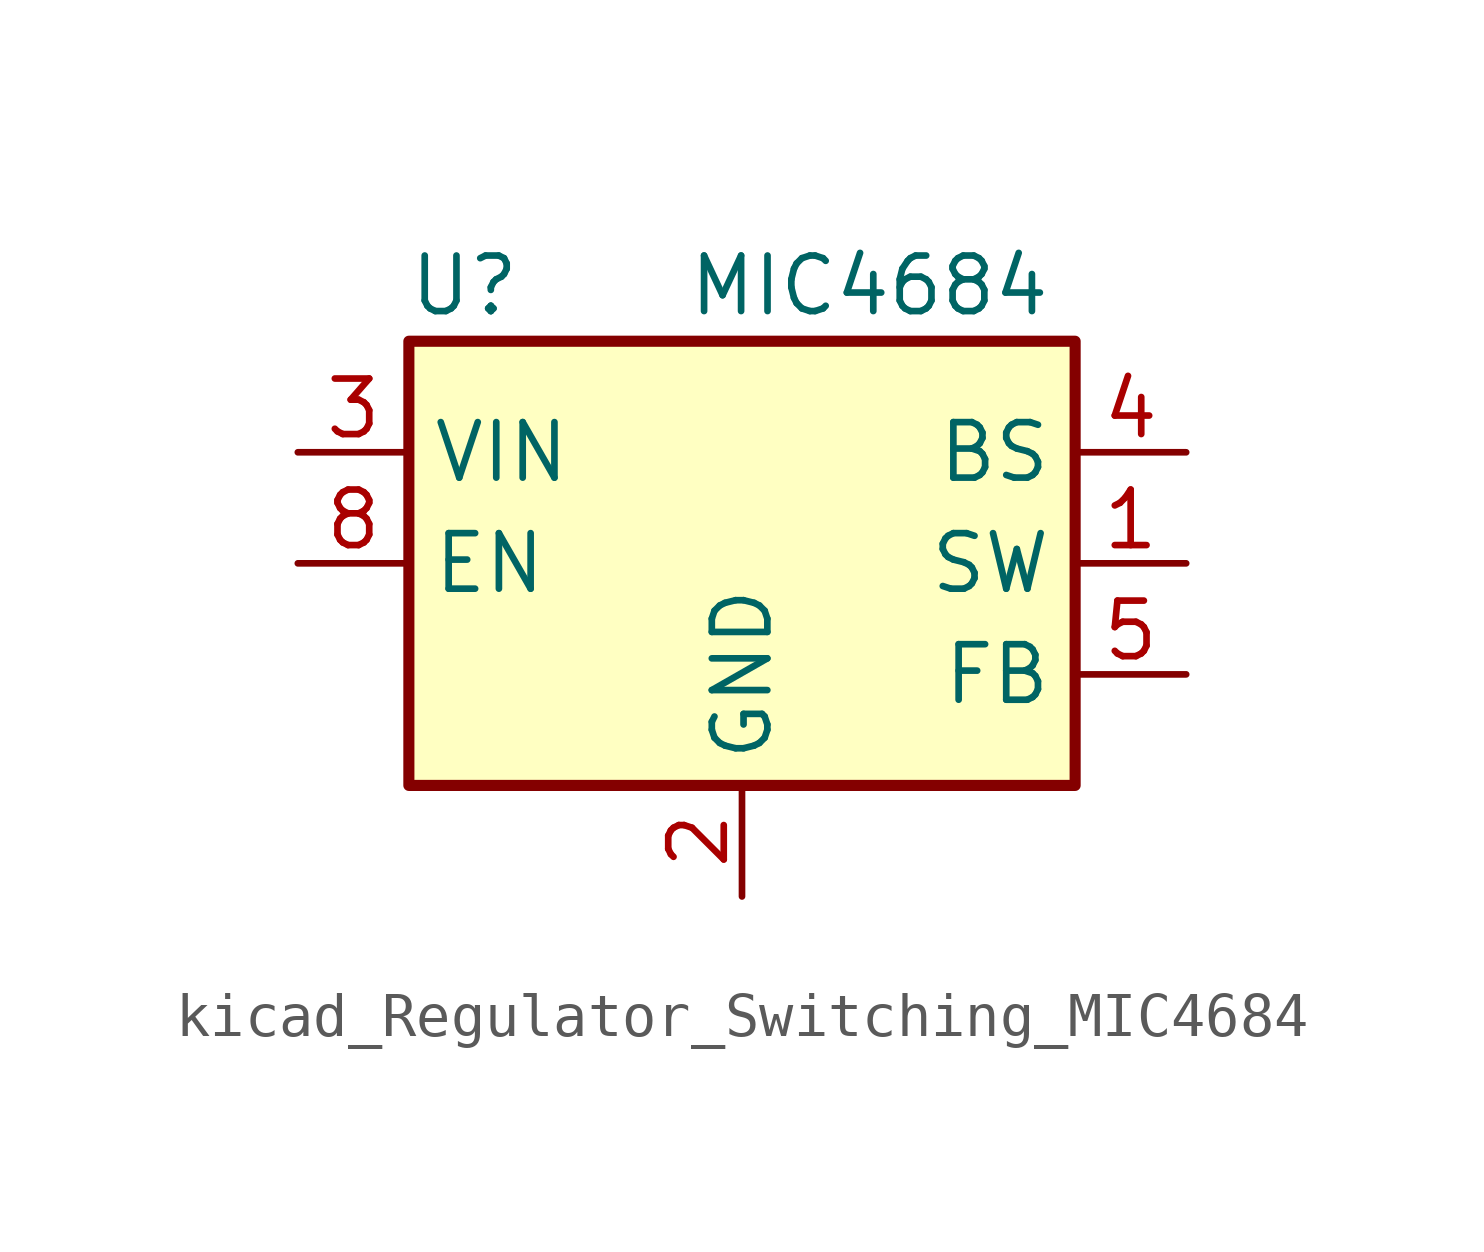
<source format=kicad_sym>
(kicad_symbol_lib
  (version 20220914)
  (generator kicad_symbol_editor)
  (symbol "kicad_Regulator_Switching_MIC4684"
    (property "Reference" "U"
      (at -6.35 6.35 0)
      (effects (font (size 1.27 1.27))))
    (property "Value" "MIC4684"
      (at -1.27 6.35 0)
      (effects (font (size 1.27 1.27)) (justify left)))
    (symbol "kicad_Regulator_Switching_MIC4684_0_1"
      (rectangle (start -7.62 5.08) (end 7.62 -5.08) (stroke (width 0.254) (type default)) (fill (type background))))
    (symbol "kicad_Regulator_Switching_MIC4684_1_1"
      (pin power_out line (at 10.16 0 180) (length 2.54) (name "SW" (effects (font (size 1.27 1.27)))) (number "1" (effects (font (size 1.27 1.27)))))
      (pin power_in line (at 0 -7.62 90) (length 2.54) (name "GND" (effects (font (size 1.27 1.27)))) (number "2" (effects (font (size 1.27 1.27)))))
      (pin power_in line (at -10.16 2.54 0) (length 2.54) (name "VIN" (effects (font (size 1.27 1.27)))) (number "3" (effects (font (size 1.27 1.27)))))
      (pin passive line (at 10.16 2.54 180) (length 2.54) (name "BS" (effects (font (size 1.27 1.27)))) (number "4" (effects (font (size 1.27 1.27)))))
      (pin input line (at 10.16 -2.54 180) (length 2.54) (name "FB" (effects (font (size 1.27 1.27)))) (number "5" (effects (font (size 1.27 1.27)))))
      (pin passive line (at 0 -7.62 90) (length 2.54) hide (name "GND" (effects (font (size 1.27 1.27)))) (number "6" (effects (font (size 1.27 1.27)))))
      (pin passive line (at 0 -7.62 90) (length 2.54) hide (name "GND" (effects (font (size 1.27 1.27)))) (number "7" (effects (font (size 1.27 1.27)))))
      (pin input line (at -10.16 0 0) (length 2.54) (name "EN" (effects (font (size 1.27 1.27)))) (number "8" (effects (font (size 1.27 1.27))))))))
</source>
